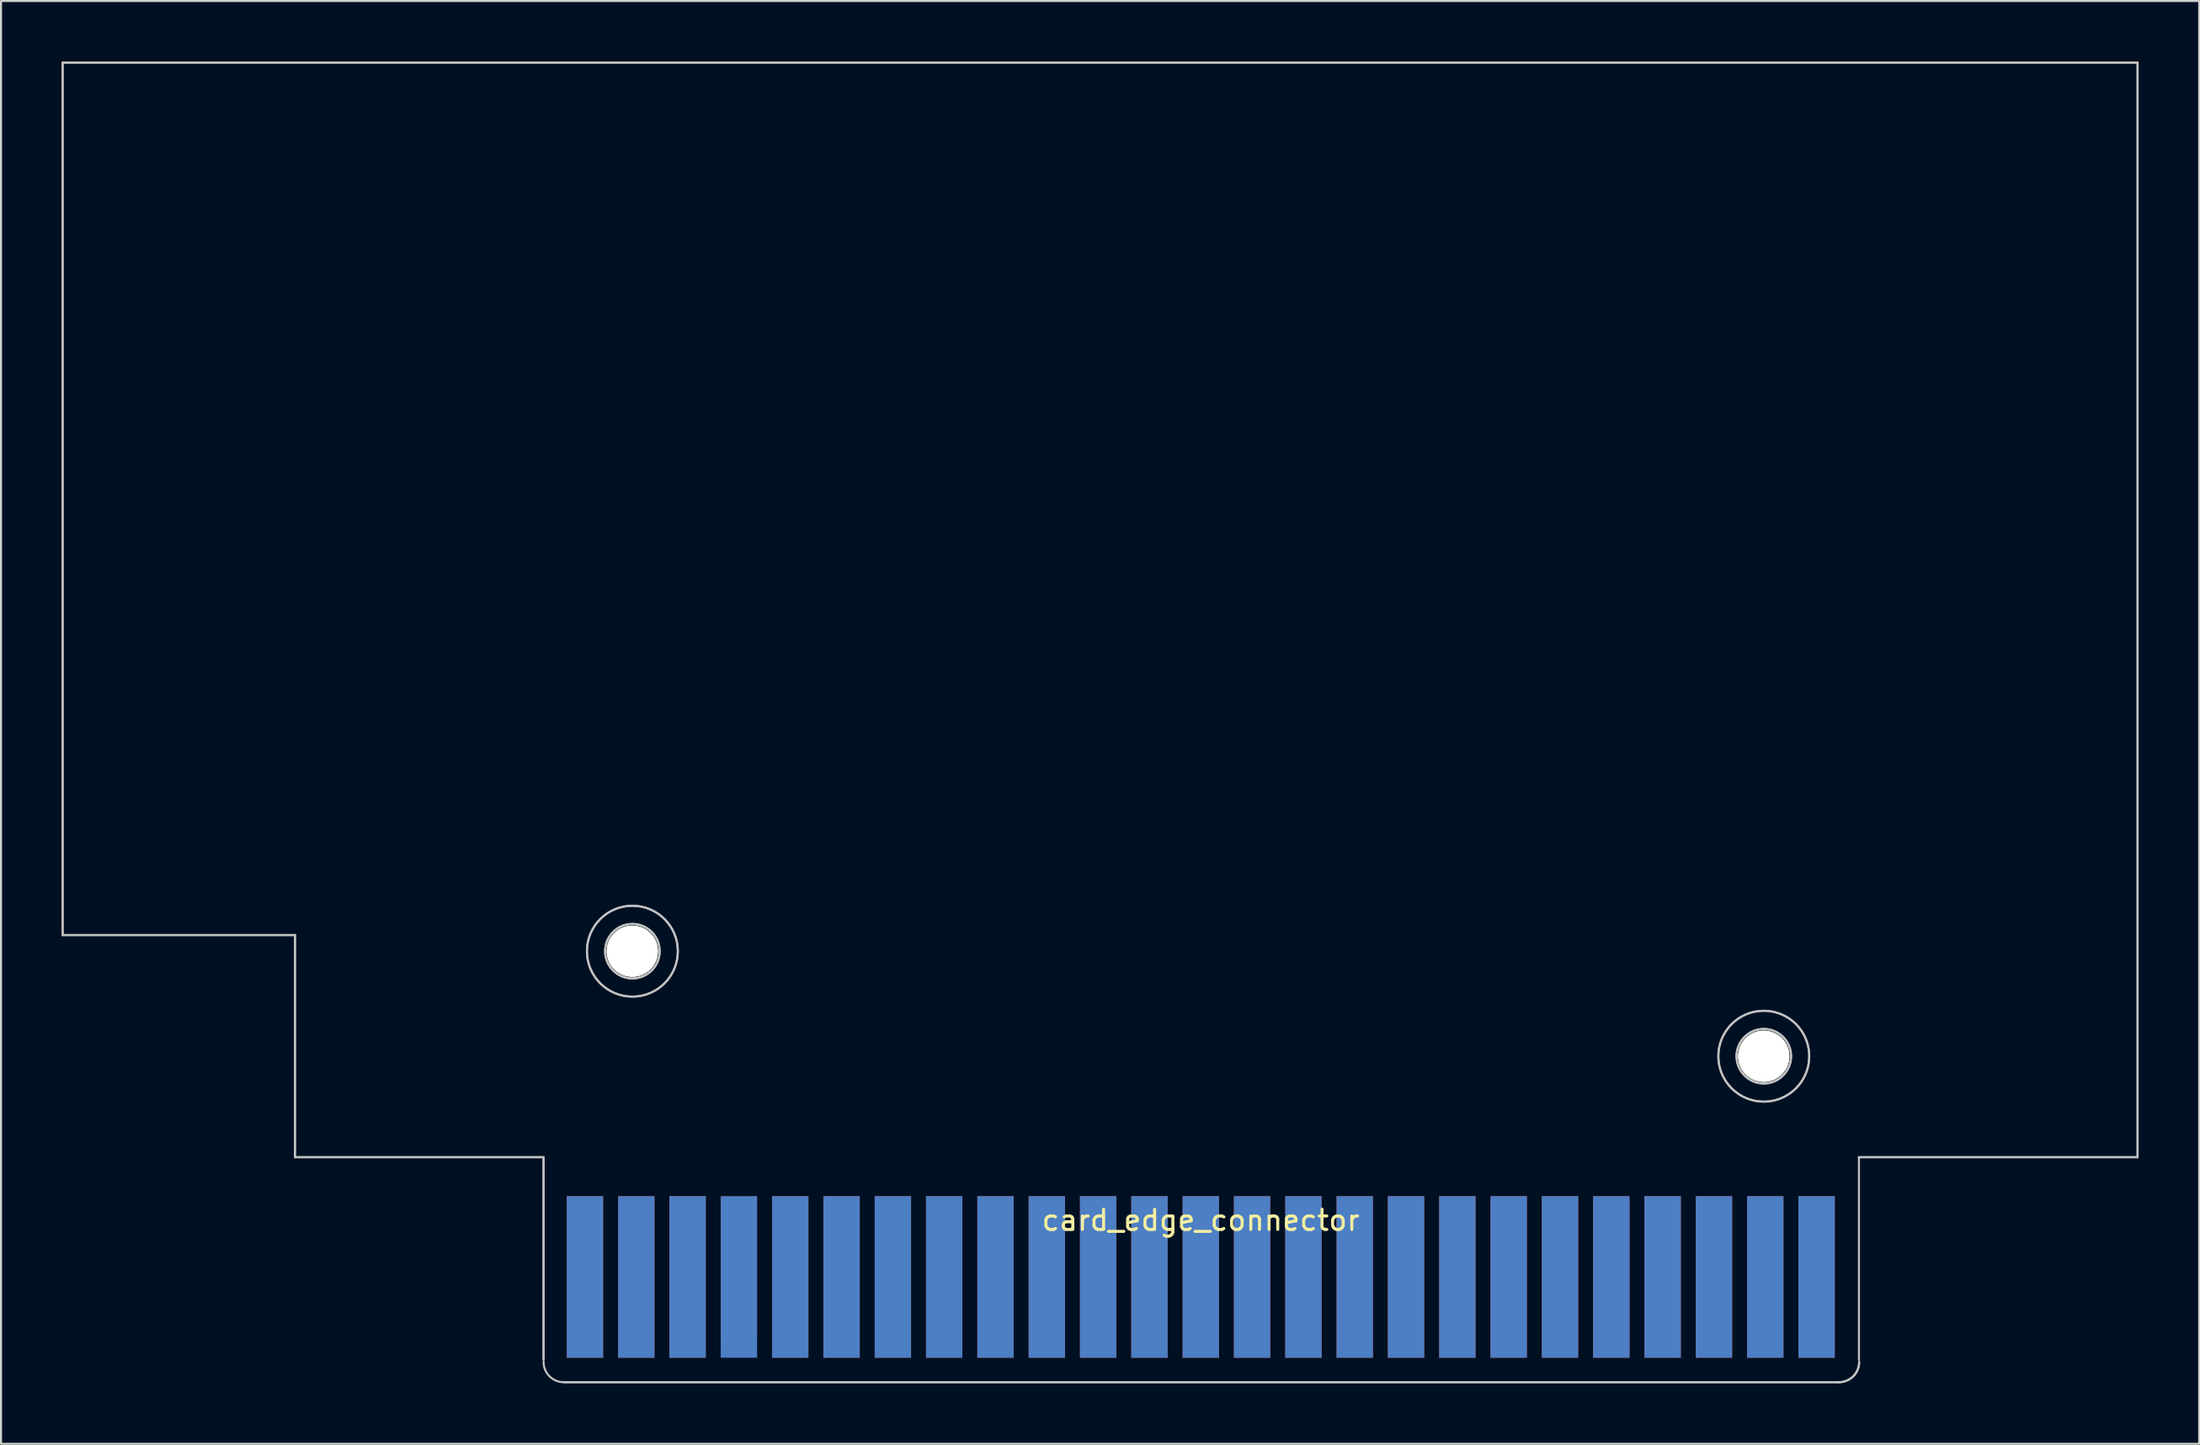
<source format=kicad_pcb>
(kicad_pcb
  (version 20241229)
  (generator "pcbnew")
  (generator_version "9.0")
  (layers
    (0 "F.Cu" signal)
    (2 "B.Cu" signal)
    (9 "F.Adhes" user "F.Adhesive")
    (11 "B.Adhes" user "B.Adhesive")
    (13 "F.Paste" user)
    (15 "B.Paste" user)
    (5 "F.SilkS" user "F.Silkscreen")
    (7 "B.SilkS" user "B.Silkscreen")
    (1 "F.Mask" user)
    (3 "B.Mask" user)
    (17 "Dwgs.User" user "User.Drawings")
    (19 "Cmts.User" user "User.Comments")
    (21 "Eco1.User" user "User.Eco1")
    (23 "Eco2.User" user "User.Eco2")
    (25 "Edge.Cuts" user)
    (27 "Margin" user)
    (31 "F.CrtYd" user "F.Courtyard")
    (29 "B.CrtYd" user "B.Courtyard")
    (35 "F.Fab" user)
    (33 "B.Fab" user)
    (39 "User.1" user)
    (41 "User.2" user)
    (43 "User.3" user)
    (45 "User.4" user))
  (footprint "card_edge_connector"
    (layer "F.Cu")
    (at 55.123 57.035)
    (property "Reference" "card_edge_connector" (at 1.26 0.337 0) (layer "F.SilkS") (effects (font (size 1 1) (thickness 0.15))))
    (attr through_hole)
    (fp_line (start -55.073 -56.985) (end -55.073 -13.785) (stroke (width 0.1) (type solid)) (layer "Dwgs.User"))
    (fp_line (start -55.073 -56.985) (end -55.073 -13.785) (stroke (width 0.1) (type solid)) (layer "Dwgs.User"))
    (fp_line (start -55.073 -13.785) (end -43.573 -13.785) (stroke (width 0.1) (type solid)) (layer "Dwgs.User"))
    (fp_line (start -55.073 -13.785) (end -43.573 -13.785) (stroke (width 0.1) (type solid)) (layer "Dwgs.User"))
    (fp_line (start -43.573 -13.785) (end -43.573 -2.785) (stroke (width 0.1) (type solid)) (layer "Dwgs.User"))
    (fp_line (start -43.573 -13.785) (end -43.573 -2.785) (stroke (width 0.1) (type solid)) (layer "Dwgs.User"))
    (fp_line (start -43.573 -2.785) (end -31.273 -2.785) (stroke (width 0.1) (type solid)) (layer "Dwgs.User"))
    (fp_line (start -43.573 -2.785) (end -31.273 -2.785) (stroke (width 0.1) (type solid)) (layer "Dwgs.User"))
    (fp_line (start -31.273 -2.785) (end -31.273 7.215) (stroke (width 0.1) (type solid)) (layer "Dwgs.User"))
    (fp_line (start -31.268 -2.724) (end -31.268 7.276) (stroke (width 0.1) (type solid)) (layer "Dwgs.User"))
    (fp_line (start -30.253 8.357) (end 32.847 8.357) (stroke (width 0.1) (type solid)) (layer "Dwgs.User"))
    (fp_line (start -30.253 8.357) (end 32.847 8.357) (stroke (width 0.1) (type solid)) (layer "Dwgs.User"))
    (fp_line (start 33.827 -2.785) (end 47.627 -2.785) (stroke (width 0.1) (type solid)) (layer "Dwgs.User"))
    (fp_line (start 33.827 -2.785) (end 47.627 -2.785) (stroke (width 0.1) (type solid)) (layer "Dwgs.User"))
    (fp_line (start 33.837 7.263) (end 33.837 -2.737) (stroke (width 0.1) (type solid)) (layer "Dwgs.User"))
    (fp_line (start 47.627 -56.985) (end -55.073 -56.985) (stroke (width 0.1) (type solid)) (layer "Dwgs.User"))
    (fp_line (start 47.627 -56.985) (end -55.073 -56.985) (stroke (width 0.1) (type solid)) (layer "Dwgs.User"))
    (fp_line (start 47.627 -2.785) (end 47.627 -56.985) (stroke (width 0.1) (type solid)) (layer "Dwgs.User"))
    (fp_line (start 47.627 -2.785) (end 47.627 -56.985) (stroke (width 0.1) (type solid)) (layer "Dwgs.User"))
    (fp_arc (start -30.268375 8.356852) (mid -30.975482 8.063959) (end -31.268375 7.356852) (stroke (width 0.1) (type solid)) (layer "Dwgs.User"))
    (fp_arc (start 33.846865 7.356852) (mid 33.553972 8.063959) (end 32.846865 8.356852) (stroke (width 0.1) (type solid)) (layer "Dwgs.User"))
    (fp_arc (start 33.846865 7.356852) (mid 33.553972 8.063959) (end 32.846865 8.356852) (stroke (width 0.1) (type solid)) (layer "Dwgs.User"))
    (fp_circle (center -26.873 -12.985) (end -25.523 -12.985) (stroke (width 0.1) (type solid)) (fill no) (layer "Dwgs.User"))
    (fp_circle (center -26.873 -12.985) (end -25.523 -12.985) (stroke (width 0.1) (type solid)) (fill no) (layer "Dwgs.User"))
    (fp_circle (center -26.873 -12.985) (end -24.623 -12.985) (stroke (width 0.1) (type solid)) (fill no) (layer "Dwgs.User"))
    (fp_circle (center -26.873 -12.985) (end -24.623 -12.985) (stroke (width 0.1) (type solid)) (fill no) (layer "Dwgs.User"))
    (fp_circle (center 29.127 -7.785) (end 30.477 -7.785) (stroke (width 0.1) (type solid)) (fill no) (layer "Dwgs.User"))
    (fp_circle (center 29.127 -7.785) (end 30.477 -7.785) (stroke (width 0.1) (type solid)) (fill no) (layer "Dwgs.User"))
    (fp_circle (center 29.127 -7.785) (end 31.377 -7.785) (stroke (width 0.1) (type solid)) (fill no) (layer "Dwgs.User"))
    (fp_circle (center 29.127 -7.785) (end 31.377 -7.785) (stroke (width 0.1) (type solid)) (fill no) (layer "Dwgs.User"))
    (pad "" np_thru_hole circle (at -26.876 -12.984) (size 2.54 2.54) (drill 2.54) (layers "*.Cu" "*.Mask" "F.SilkS"))
    (pad "" np_thru_hole circle (at 29.124 -7.783) (size 2.54 2.54) (drill 2.54) (layers "*.Cu" "*.Mask" "F.SilkS"))
    (pad "1" connect rect (at 31.74 3.147) (size 1.8 8) (layers "B.Cu" "B.Mask"))
    (pad "2" connect rect (at 31.74 3.147) (size 1.8 8) (layers "F.Cu" "F.Mask"))
    (pad "3" connect rect (at 29.2 3.147) (size 1.8 8) (layers "B.Cu" "B.Mask"))
    (pad "4" connect rect (at 29.2 3.147) (size 1.8 8) (layers "F.Cu" "F.Mask"))
    (pad "5" connect rect (at 26.66 3.147) (size 1.8 8) (layers "B.Cu" "B.Mask"))
    (pad "6" connect rect (at 26.66 3.147) (size 1.8 8) (layers "F.Cu" "F.Mask"))
    (pad "7" connect rect (at 24.12 3.147) (size 1.8 8) (layers "B.Cu" "B.Mask"))
    (pad "8" connect rect (at 24.12 3.147) (size 1.8 8) (layers "F.Cu" "F.Mask"))
    (pad "9" connect rect (at 21.58 3.147) (size 1.8 8) (layers "B.Cu" "B.Mask"))
    (pad "10" connect rect (at 21.58 3.147) (size 1.8 8) (layers "F.Cu" "F.Mask"))
    (pad "11" connect rect (at 19.04 3.147) (size 1.8 8) (layers "B.Cu" "B.Mask"))
    (pad "12" connect rect (at 19.04 3.147) (size 1.8 8) (layers "F.Cu" "F.Mask"))
    (pad "13" connect rect (at 16.5 3.147) (size 1.8 8) (layers "B.Cu" "B.Mask"))
    (pad "14" connect rect (at 16.5 3.147) (size 1.8 8) (layers "F.Cu" "F.Mask"))
    (pad "15" connect rect (at 13.96 3.147) (size 1.8 8) (layers "B.Cu" "B.Mask"))
    (pad "16" connect rect (at 13.96 3.147) (size 1.8 8) (layers "F.Cu" "F.Mask"))
    (pad "17" connect rect (at 11.42 3.147) (size 1.8 8) (layers "B.Cu" "B.Mask"))
    (pad "18" connect rect (at 11.42 3.147) (size 1.8 8) (layers "F.Cu" "F.Mask"))
    (pad "19" connect rect (at 8.88 3.147) (size 1.8 8) (layers "B.Cu" "B.Mask"))
    (pad "20" connect rect (at 8.88 3.147) (size 1.8 8) (layers "F.Cu" "F.Mask"))
    (pad "21" connect rect (at 6.34 3.147) (size 1.8 8) (layers "B.Cu" "B.Mask"))
    (pad "22" connect rect (at 6.34 3.147) (size 1.8 8) (layers "F.Cu" "F.Mask"))
    (pad "23" connect rect (at 3.8 3.147) (size 1.8 8) (layers "B.Cu" "B.Mask"))
    (pad "24" connect rect (at 3.8 3.147) (size 1.8 8) (layers "F.Cu" "F.Mask"))
    (pad "25" connect rect (at 1.26 3.147) (size 1.8 8) (layers "B.Cu" "B.Mask"))
    (pad "26" connect rect (at 1.26 3.147) (size 1.8 8) (layers "F.Cu" "F.Mask"))
    (pad "27" connect rect (at -1.28 3.147) (size 1.8 8) (layers "B.Cu" "B.Mask"))
    (pad "28" connect rect (at -1.28 3.147) (size 1.8 8) (layers "F.Cu" "F.Mask"))
    (pad "29" connect rect (at -3.82 3.147) (size 1.8 8) (layers "B.Cu" "B.Mask"))
    (pad "30" connect rect (at -3.82 3.147) (size 1.8 8) (layers "F.Cu" "F.Mask"))
    (pad "31" connect rect (at -6.36 3.147) (size 1.8 8) (layers "B.Cu" "B.Mask"))
    (pad "32" connect rect (at -6.36 3.147) (size 1.8 8) (layers "F.Cu" "F.Mask"))
    (pad "33" connect rect (at -8.9 3.147) (size 1.8 8) (layers "B.Cu" "B.Mask"))
    (pad "34" connect rect (at -8.9 3.147) (size 1.8 8) (layers "F.Cu" "F.Mask"))
    (pad "35" connect rect (at -11.44 3.147) (size 1.8 8) (layers "B.Cu" "B.Mask"))
    (pad "36" connect rect (at -11.44 3.147) (size 1.8 8) (layers "F.Cu" "F.Mask"))
    (pad "37" connect rect (at -13.98 3.147) (size 1.8 8) (layers "B.Cu" "B.Mask"))
    (pad "38" connect rect (at -13.98 3.147) (size 1.8 8) (layers "F.Cu" "F.Mask"))
    (pad "39" connect rect (at -16.52 3.147) (size 1.8 8) (layers "B.Cu" "B.Mask"))
    (pad "40" connect rect (at -16.52 3.147) (size 1.8 8) (layers "F.Cu" "F.Mask"))
    (pad "41" connect rect (at -19.06 3.147) (size 1.8 8) (layers "B.Cu" "B.Mask"))
    (pad "42" connect rect (at -19.06 3.147) (size 1.8 8) (layers "F.Cu" "F.Mask"))
    (pad "43" connect rect (at -21.6 3.147) (size 1.8 8) (layers "B.Cu" "B.Mask"))
    (pad "44" connect rect (at -21.605 2.655) (size 1.8 7) (layers "F.Cu" "F.Mask"))
    (pad "45" connect rect (at -24.14 3.147) (size 1.8 8) (layers "B.Cu" "B.Mask"))
    (pad "46" connect rect (at -24.14 3.147) (size 1.8 8) (layers "F.Cu" "F.Mask"))
    (pad "47" connect rect (at -26.68 3.147) (size 1.8 8) (layers "B.Cu" "B.Mask"))
    (pad "48" connect rect (at -26.68 3.147) (size 1.8 8) (layers "F.Cu" "F.Mask"))
    (pad "49" connect rect (at -29.22 3.147) (size 1.8 8) (layers "B.Cu" "B.Mask"))
    (pad "50" connect rect (at -29.22 3.147) (size 1.8 8) (layers "F.Cu" "F.Mask")))
  (gr_rect
    (start -3 -3)
    (end 105.8 68.442)
    (stroke (width 0.1) (type default))
    (fill no)
    (layer "Edge.Cuts")))
</source>
